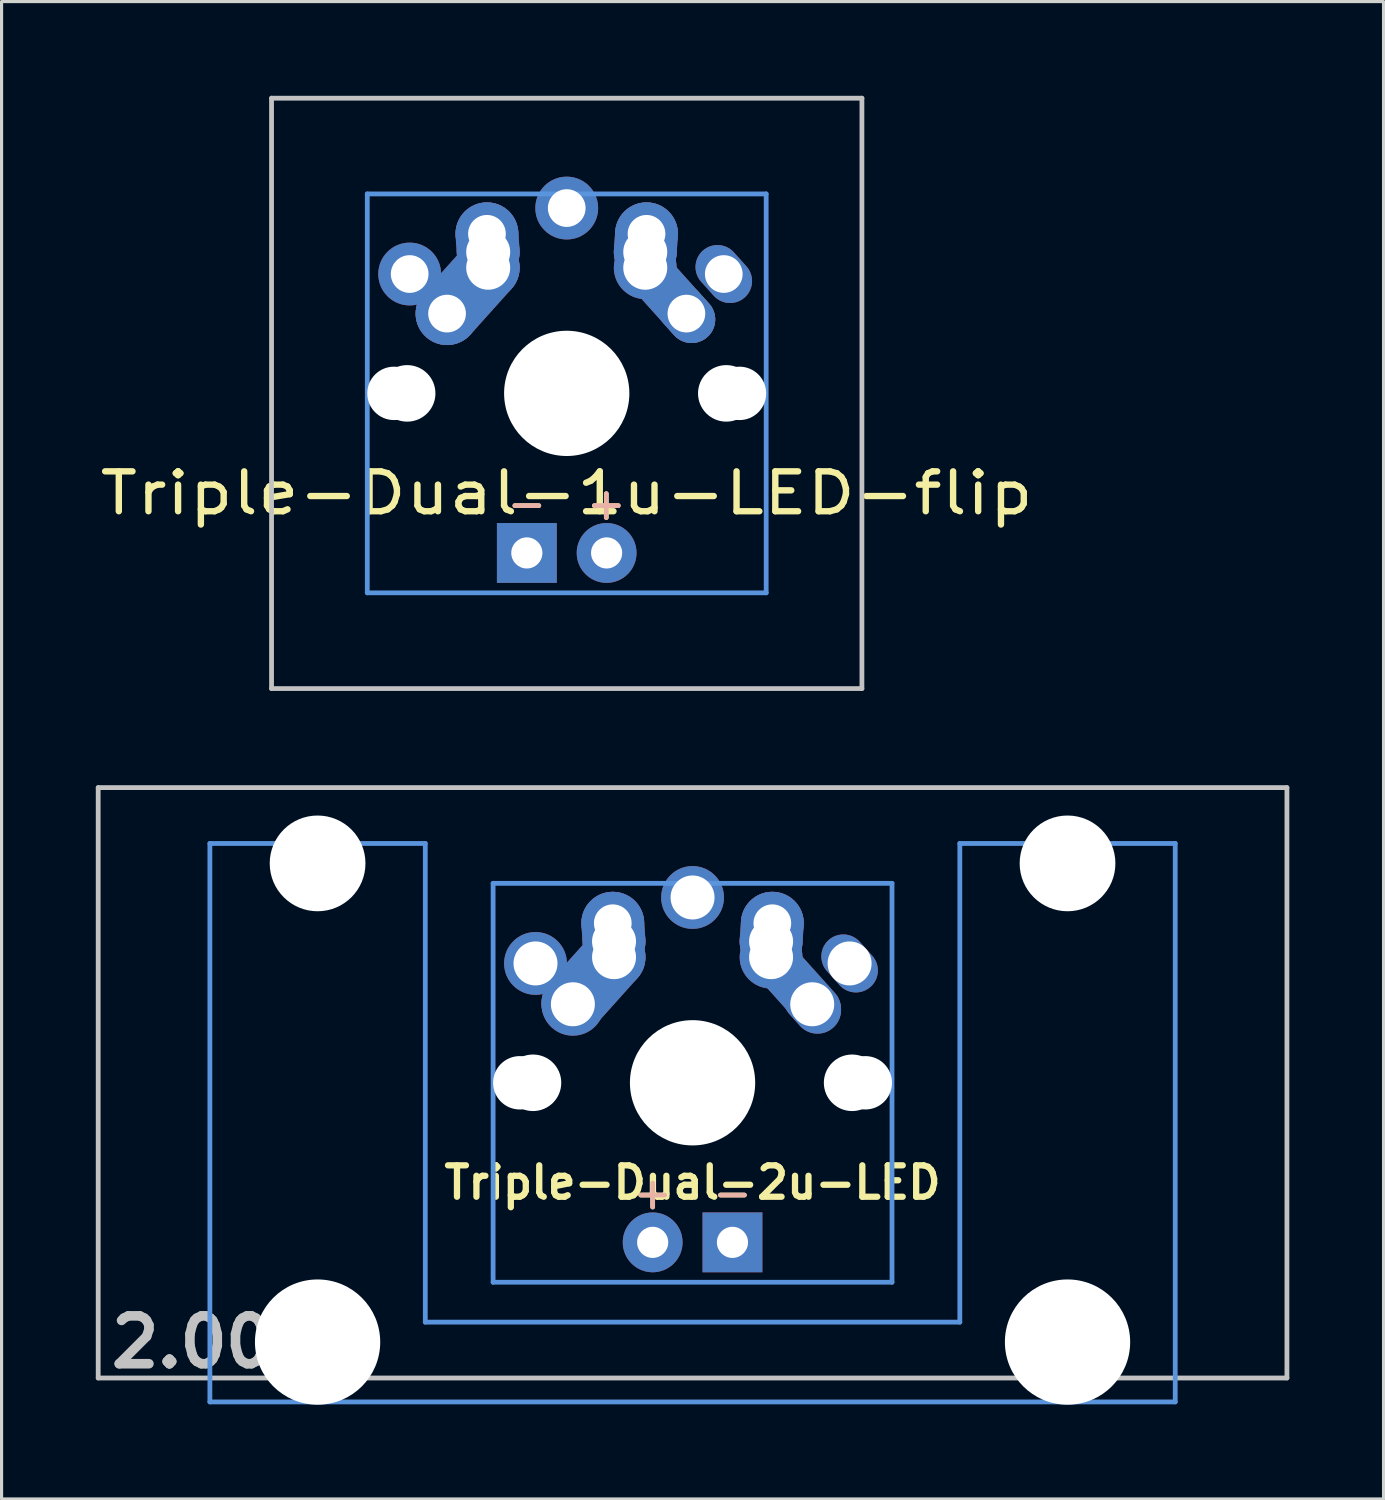
<source format=kicad_pcb>
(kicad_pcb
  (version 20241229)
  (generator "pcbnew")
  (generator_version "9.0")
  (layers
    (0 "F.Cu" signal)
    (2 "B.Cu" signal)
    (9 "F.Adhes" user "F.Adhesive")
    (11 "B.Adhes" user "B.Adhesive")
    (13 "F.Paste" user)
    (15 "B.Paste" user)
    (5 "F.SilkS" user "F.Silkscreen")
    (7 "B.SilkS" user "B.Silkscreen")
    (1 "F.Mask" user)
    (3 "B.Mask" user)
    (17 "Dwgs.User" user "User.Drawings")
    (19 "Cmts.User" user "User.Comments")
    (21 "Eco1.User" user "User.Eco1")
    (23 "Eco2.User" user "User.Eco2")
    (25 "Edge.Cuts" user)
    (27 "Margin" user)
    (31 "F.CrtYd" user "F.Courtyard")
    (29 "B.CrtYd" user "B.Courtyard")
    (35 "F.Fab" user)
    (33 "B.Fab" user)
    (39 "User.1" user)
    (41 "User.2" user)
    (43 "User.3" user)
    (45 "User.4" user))
  (footprint "Triple-Dual-2u-LED"
    (layer "F.Cu")
    (at 18.999 31.423)
    (property "Reference" "Triple-Dual-2u-LED" (at 0 3.175 0) (layer "F.SilkS") (effects (font (size 1 1) (thickness 0.2))))
    (attr through_hole)
    (fp_line (start -18.923 -9.398) (end 18.923 -9.398) (stroke (width 0.152) (type solid)) (layer "Dwgs.User"))
    (fp_line (start -18.923 9.398) (end -18.923 -9.398) (stroke (width 0.152) (type solid)) (layer "Dwgs.User"))
    (fp_line (start 18.923 -9.398) (end 18.923 9.398) (stroke (width 0.152) (type solid)) (layer "Dwgs.User"))
    (fp_line (start 18.923 9.398) (end -18.923 9.398) (stroke (width 0.152) (type solid)) (layer "Dwgs.User"))
    (fp_line (start -15.367 -7.62) (end -15.367 10.16) (stroke (width 0.152) (type solid)) (layer "Cmts.User"))
    (fp_line (start -15.367 10.16) (end 15.367 10.16) (stroke (width 0.152) (type solid)) (layer "Cmts.User"))
    (fp_line (start -8.509 -7.62) (end -15.367 -7.62) (stroke (width 0.152) (type solid)) (layer "Cmts.User"))
    (fp_line (start -8.509 7.62) (end -8.509 -7.62) (stroke (width 0.152) (type solid)) (layer "Cmts.User"))
    (fp_line (start -6.35 -6.35) (end 6.35 -6.35) (stroke (width 0.152) (type solid)) (layer "Cmts.User"))
    (fp_line (start -6.35 6.35) (end -6.35 -6.35) (stroke (width 0.152) (type solid)) (layer "Cmts.User"))
    (fp_line (start 6.35 -6.35) (end 6.35 6.35) (stroke (width 0.152) (type solid)) (layer "Cmts.User"))
    (fp_line (start 6.35 6.35) (end -6.35 6.35) (stroke (width 0.152) (type solid)) (layer "Cmts.User"))
    (fp_line (start 8.509 -7.62) (end 8.509 7.62) (stroke (width 0.152) (type solid)) (layer "Cmts.User"))
    (fp_line (start 8.509 7.62) (end -8.509 7.62) (stroke (width 0.152) (type solid)) (layer "Cmts.User"))
    (fp_line (start 15.367 -7.62) (end 8.509 -7.62) (stroke (width 0.152) (type solid)) (layer "Cmts.User"))
    (fp_line (start 15.367 10.16) (end 15.367 -7.62) (stroke (width 0.152) (type solid)) (layer "Cmts.User"))
    (fp_line (start -16.129 -2.286) (end -15.265 -2.286) (stroke (width 0.152) (type solid)) (layer "Eco2.User"))
    (fp_line (start -16.129 0.508) (end -16.129 -2.286) (stroke (width 0.152) (type solid)) (layer "Eco2.User"))
    (fp_line (start -15.265 -5.69) (end -8.611 -5.69) (stroke (width 0.152) (type solid)) (layer "Eco2.User"))
    (fp_line (start -15.265 -2.286) (end -15.265 -5.69) (stroke (width 0.152) (type solid)) (layer "Eco2.User"))
    (fp_line (start -15.265 0.508) (end -16.129 0.508) (stroke (width 0.152) (type solid)) (layer "Eco2.User"))
    (fp_line (start -15.265 6.604) (end -15.265 0.508) (stroke (width 0.152) (type solid)) (layer "Eco2.User"))
    (fp_line (start -14.224 6.604) (end -15.265 6.604) (stroke (width 0.152) (type solid)) (layer "Eco2.User"))
    (fp_line (start -14.224 7.772) (end -14.224 6.604) (stroke (width 0.152) (type solid)) (layer "Eco2.User"))
    (fp_line (start -9.652 6.604) (end -9.652 7.772) (stroke (width 0.152) (type solid)) (layer "Eco2.User"))
    (fp_line (start -9.652 7.772) (end -14.224 7.772) (stroke (width 0.152) (type solid)) (layer "Eco2.User"))
    (fp_line (start -8.611 -5.69) (end -8.611 -4.877) (stroke (width 0.152) (type solid)) (layer "Eco2.User"))
    (fp_line (start -8.611 -4.877) (end -6.985 -4.877) (stroke (width 0.152) (type solid)) (layer "Eco2.User"))
    (fp_line (start -8.611 5.817) (end -8.611 6.604) (stroke (width 0.152) (type solid)) (layer "Eco2.User"))
    (fp_line (start -8.611 6.604) (end -9.652 6.604) (stroke (width 0.152) (type solid)) (layer "Eco2.User"))
    (fp_line (start -6.985 -6.985) (end 6.985 -6.985) (stroke (width 0.152) (type solid)) (layer "Eco2.User"))
    (fp_line (start -6.985 -4.877) (end -6.985 -6.985) (stroke (width 0.152) (type solid)) (layer "Eco2.User"))
    (fp_line (start -6.985 5.817) (end -8.611 5.817) (stroke (width 0.152) (type solid)) (layer "Eco2.User"))
    (fp_line (start -6.985 6.985) (end -6.985 5.817) (stroke (width 0.152) (type solid)) (layer "Eco2.User"))
    (fp_line (start 6.985 -6.985) (end 6.985 -4.877) (stroke (width 0.152) (type solid)) (layer "Eco2.User"))
    (fp_line (start 6.985 -4.877) (end 8.611 -4.877) (stroke (width 0.152) (type solid)) (layer "Eco2.User"))
    (fp_line (start 6.985 5.817) (end 6.985 6.985) (stroke (width 0.152) (type solid)) (layer "Eco2.User"))
    (fp_line (start 6.985 6.985) (end -6.985 6.985) (stroke (width 0.152) (type solid)) (layer "Eco2.User"))
    (fp_line (start 8.611 -5.69) (end 15.265 -5.69) (stroke (width 0.152) (type solid)) (layer "Eco2.User"))
    (fp_line (start 8.611 -4.877) (end 8.611 -5.69) (stroke (width 0.152) (type solid)) (layer "Eco2.User"))
    (fp_line (start 8.611 5.817) (end 6.985 5.817) (stroke (width 0.152) (type solid)) (layer "Eco2.User"))
    (fp_line (start 8.611 6.604) (end 8.611 5.817) (stroke (width 0.152) (type solid)) (layer "Eco2.User"))
    (fp_line (start 9.652 6.604) (end 8.611 6.604) (stroke (width 0.152) (type solid)) (layer "Eco2.User"))
    (fp_line (start 9.652 7.772) (end 9.652 6.604) (stroke (width 0.152) (type solid)) (layer "Eco2.User"))
    (fp_line (start 14.224 6.604) (end 14.224 7.772) (stroke (width 0.152) (type solid)) (layer "Eco2.User"))
    (fp_line (start 14.224 7.772) (end 9.652 7.772) (stroke (width 0.152) (type solid)) (layer "Eco2.User"))
    (fp_line (start 15.265 -5.69) (end 15.265 -2.286) (stroke (width 0.152) (type solid)) (layer "Eco2.User"))
    (fp_line (start 15.265 -2.286) (end 16.129 -2.286) (stroke (width 0.152) (type solid)) (layer "Eco2.User"))
    (fp_line (start 15.265 0.508) (end 15.265 6.604) (stroke (width 0.152) (type solid)) (layer "Eco2.User"))
    (fp_line (start 15.265 6.604) (end 14.224 6.604) (stroke (width 0.152) (type solid)) (layer "Eco2.User"))
    (fp_line (start 16.129 -2.286) (end 16.129 0.508) (stroke (width 0.152) (type solid)) (layer "Eco2.User"))
    (fp_line (start 16.129 0.508) (end 15.265 0.508) (stroke (width 0.152) (type solid)) (layer "Eco2.User"))
    (fp_text user "-" (at 1.27 3.5 0) (layer "F.SilkS") (effects (font (size 1 1) (thickness 0.15))))
    (fp_text user "+" (at -1.27 3.5 0) (layer "F.SilkS") (effects (font (size 1 1) (thickness 0.15))))
    (fp_text user "-" (at 1.27 3.5 0) (layer "B.SilkS") (effects (font (size 1 1) (thickness 0.15)) (justify mirror)))
    (fp_text user "+" (at -1.27 3.5 0) (layer "B.SilkS") (effects (font (size 1 1) (thickness 0.15)) (justify mirror)))
    (fp_text user "2.00u" (at -15.24 8.255 0) (layer "Dwgs.User") (effects (font (size 1.524 1.524) (thickness 0.305))))
    (pad "" np_thru_hole circle (at -11.938 -6.985) (size 3.048 3.048) (drill 3.048) (layers "*.Cu"))
    (pad "" np_thru_hole circle (at -11.938 8.255) (size 3.988 3.988) (drill 3.988) (layers "*.Cu"))
    (pad "" np_thru_hole circle (at -5.5 0) (size 1.7 1.7) (drill 1.7) (layers "*.Cu"))
    (pad "" np_thru_hole circle (at -5.08 0) (size 1.8 1.8) (drill 1.8) (layers "*.Cu"))
    (pad "" np_thru_hole circle (at 0 0) (size 3.988 3.988) (drill 3.988) (layers "*.Cu"))
    (pad "" np_thru_hole circle (at 5.08 0) (size 1.8 1.8) (drill 1.8) (layers "*.Cu"))
    (pad "" np_thru_hole circle (at 5.5 0) (size 1.7 1.7) (drill 1.7) (layers "*.Cu"))
    (pad "" np_thru_hole circle (at 11.938 -6.985) (size 3.048 3.048) (drill 3.048) (layers "*.Cu"))
    (pad "" np_thru_hole circle (at 11.938 8.255) (size 3.988 3.988) (drill 3.988) (layers "*.Cu"))
    (pad "1" thru_hole circle (at -5 -3.8) (size 2 2) (drill 1.4) (layers "*.Cu" "*.Mask"))
    (pad "1" thru_hole circle (at -3.81 -2.5 3.9) (size 2 2) (drill 1.4) (layers "*.Cu" "*.Mask"))
    (pad "1" smd oval (at -3.155 -3.27 138.1) (size 2 3.962) (layers "F.Cu" "F.Mask" "F.Paste"))
    (pad "1" smd oval (at -3.155 -3.27 138.1) (size 2 3.962) (layers "B.Cu" "B.Mask" "B.Paste"))
    (pad "1" thru_hole circle (at -2.54 -5.08) (size 2 2) (drill 1.2) (layers "*.Cu" "*.Mask"))
    (pad "1" smd oval (at -2.52 -4.79 3.9) (size 2 2.58) (layers "F.Cu" "F.Mask" "F.Paste"))
    (pad "1" smd oval (at -2.52 -4.79 3.9) (size 2 2.58) (layers "B.Cu" "B.Mask" "B.Paste"))
    (pad "1" thru_hole circle (at -2.5 -4.5) (size 2 2) (drill 1.4) (layers "*.Cu" "*.Mask"))
    (pad "1" thru_hole circle (at -2.5 -4) (size 2 2) (drill 1.4) (layers "*.Cu" "*.Mask"))
    (pad "1" thru_hole oval (at 5 -3.8 221.9) (size 1.4 2) (drill 1.4) (layers "*.Cu" "*.Mask"))
    (pad "2" thru_hole circle (at 0 -5.9) (size 2 2) (drill 1.4) (layers "*.Cu" "*.Mask"))
    (pad "2" thru_hole circle (at 2.5 -4.5 3.9) (size 2 2) (drill 1.4) (layers "*.Cu" "*.Mask"))
    (pad "2" thru_hole circle (at 2.5 -4 3.9) (size 2 2) (drill 1.4) (layers "*.Cu" "*.Mask"))
    (pad "2" smd oval (at 2.52 -4.79 356.1) (size 2 2.581) (layers "F.Cu" "F.Mask" "F.Paste"))
    (pad "2" smd oval (at 2.52 -4.79 356.1) (size 2 2.581) (layers "B.Cu" "B.Mask" "B.Paste"))
    (pad "2" thru_hole circle (at 2.54 -5.08 3.9) (size 2 2) (drill 1.2) (layers "*.Cu" "*.Mask"))
    (pad "2" smd oval (at 3.155 -3.27 221.9) (size 1.5 3.962) (layers "F.Cu" "F.Mask" "F.Paste"))
    (pad "2" smd oval (at 3.155 -3.27 221.9) (size 1.5 3.962) (layers "B.Cu" "B.Mask" "B.Paste"))
    (pad "2" thru_hole oval (at 3.81 -2.5 221.9) (size 1.5 2) (drill 1.4) (layers "*.Cu" "*.Mask"))
    (pad "3" thru_hole circle (at -1.27 5.08) (size 1.905 1.905) (drill 0.991) (layers "*.Cu" "*.Mask"))
    (pad "4" thru_hole rect (at 1.27 5.08) (size 1.905 1.905) (drill 0.991) (layers "*.Cu" "*.Mask")))
  (footprint "Triple-Dual-1u-LED-flip"
    (layer "F.Cu")
    (at 14.993 9.474)
    (property "Reference" "Triple-Dual-1u-LED-flip" (at 0 3.175 0) (layer "F.SilkS") (effects (font (size 1.27 1.524) (thickness 0.203))))
    (attr through_hole)
    (fp_line (start -9.398 -9.398) (end 9.398 -9.398) (stroke (width 0.152) (type solid)) (layer "Dwgs.User"))
    (fp_line (start -9.398 9.398) (end -9.398 -9.398) (stroke (width 0.152) (type solid)) (layer "Dwgs.User"))
    (fp_line (start 9.398 -9.398) (end 9.398 9.398) (stroke (width 0.152) (type solid)) (layer "Dwgs.User"))
    (fp_line (start 9.398 9.398) (end -9.398 9.398) (stroke (width 0.152) (type solid)) (layer "Dwgs.User"))
    (fp_line (start -6.35 -6.35) (end 6.35 -6.35) (stroke (width 0.152) (type solid)) (layer "Cmts.User"))
    (fp_line (start -6.35 6.35) (end -6.35 -6.35) (stroke (width 0.152) (type solid)) (layer "Cmts.User"))
    (fp_line (start 6.35 -6.35) (end 6.35 6.35) (stroke (width 0.152) (type solid)) (layer "Cmts.User"))
    (fp_line (start 6.35 6.35) (end -6.35 6.35) (stroke (width 0.152) (type solid)) (layer "Cmts.User"))
    (fp_line (start -6.985 -6.985) (end 6.985 -6.985) (stroke (width 0.152) (type solid)) (layer "Eco2.User"))
    (fp_line (start -6.985 6.985) (end -6.985 -6.985) (stroke (width 0.152) (type solid)) (layer "Eco2.User"))
    (fp_line (start 6.985 -6.985) (end 6.985 6.985) (stroke (width 0.152) (type solid)) (layer "Eco2.User"))
    (fp_line (start 6.985 6.985) (end -6.985 6.985) (stroke (width 0.152) (type solid)) (layer "Eco2.User"))
    (fp_text user "-" (at -1.27 3.5 0) (layer "F.SilkS") (effects (font (size 1 1) (thickness 0.15))))
    (fp_text user "+" (at 1.26 3.5 0) (layer "F.SilkS") (effects (font (size 1 1) (thickness 0.15))))
    (fp_text user "-" (at -1.27 3.5 0) (layer "B.SilkS") (effects (font (size 1 1) (thickness 0.15)) (justify mirror)))
    (fp_text user "+" (at 1.26 3.5 0) (layer "B.SilkS") (effects (font (size 1 1) (thickness 0.15)) (justify mirror)))
    (pad "" np_thru_hole circle (at -5.5 0) (size 1.7 1.7) (drill 1.7) (layers "*.Cu"))
    (pad "" np_thru_hole circle (at -5.08 0) (size 1.8 1.8) (drill 1.8) (layers "*.Cu"))
    (pad "" np_thru_hole circle (at 0 0) (size 3.988 3.988) (drill 3.988) (layers "*.Cu"))
    (pad "" np_thru_hole circle (at 5.08 0) (size 1.8 1.8) (drill 1.8) (layers "*.Cu"))
    (pad "" np_thru_hole circle (at 5.5 0) (size 1.7 1.7) (drill 1.7) (layers "*.Cu"))
    (pad "1" thru_hole circle (at -5 -3.8 138.1) (size 2 2) (drill 1.2) (layers "*.Cu" "*.Mask"))
    (pad "1" thru_hole circle (at -3.81 -2.54) (size 2 2) (drill oval 1.2) (layers "*.Cu" "*.Mask"))
    (pad "1" smd oval (at -3.155 -3.27 138.1) (size 2 3.962) (layers "F.Cu" "F.Mask" "F.Paste"))
    (pad "1" smd oval (at -3.155 -3.27 138.1) (size 2 3.962) (layers "B.Cu" "B.Mask" "B.Paste"))
    (pad "1" thru_hole circle (at -2.54 -5.08 330.95) (size 2 2) (drill 1.2) (layers "*.Cu" "*.Mask"))
    (pad "1" smd oval (at -2.52 -4.79 3.945) (size 2 2.581) (layers "F.Cu" "F.Mask" "F.Paste"))
    (pad "1" smd oval (at -2.52 -4.79 3.945) (size 2 2.581) (layers "B.Cu" "B.Mask" "B.Paste"))
    (pad "1" thru_hole circle (at -2.5 -4.5 330.95) (size 2 2) (drill 1.4) (layers "*.Cu" "*.Mask"))
    (pad "1" thru_hole circle (at -2.5 -4 330.95) (size 2 2) (drill 1.4) (layers "*.Cu" "*.Mask"))
    (pad "1" thru_hole oval (at 5 -3.8 221.9) (size 1.4 2) (drill 1.2) (layers "*.Cu" "*.Mask"))
    (pad "2" thru_hole circle (at 0 -5.9) (size 2 2) (drill 1.2) (layers "*.Cu" "*.Mask"))
    (pad "2" thru_hole circle (at 2.5 -4.5 330.95) (size 2 2) (drill 1.4) (layers "*.Cu" "*.Mask"))
    (pad "2" thru_hole circle (at 2.5 -4) (size 2 2) (drill 1.4) (layers "*.Cu" "*.Mask"))
    (pad "2" smd oval (at 2.52 -4.79 356.055) (size 2 2.581) (layers "F.Cu" "F.Mask" "F.Paste"))
    (pad "2" smd oval (at 2.52 -4.79 356.055) (size 2 2.581) (layers "B.Cu" "B.Mask" "B.Paste"))
    (pad "2" thru_hole circle (at 2.54 -5.08 330.95) (size 2 2) (drill 1.2) (layers "*.Cu" "*.Mask"))
    (pad "2" smd oval (at 3.155 -3.27 221.9) (size 1.5 3.962) (layers "F.Cu" "F.Mask" "F.Paste"))
    (pad "2" smd oval (at 3.155 -3.27 221.9) (size 1.5 3.962) (layers "B.Cu" "B.Mask" "B.Paste"))
    (pad "2" thru_hole oval (at 3.81 -2.54 311.9) (size 2 1.5) (drill 1.2) (layers "*.Cu" "*.Mask"))
    (pad "3" thru_hole circle (at 1.27 5.08) (size 1.905 1.905) (drill 0.991) (layers "*.Cu" "*.Mask"))
    (pad "4" thru_hole rect (at -1.27 5.08) (size 1.905 1.905) (drill 0.991) (layers "*.Cu" "*.Mask")))
  (gr_rect
    (start -3 -3)
    (end 40.998 44.672)
    (stroke (width 0.1) (type default))
    (fill no)
    (layer "Edge.Cuts")))
</source>
